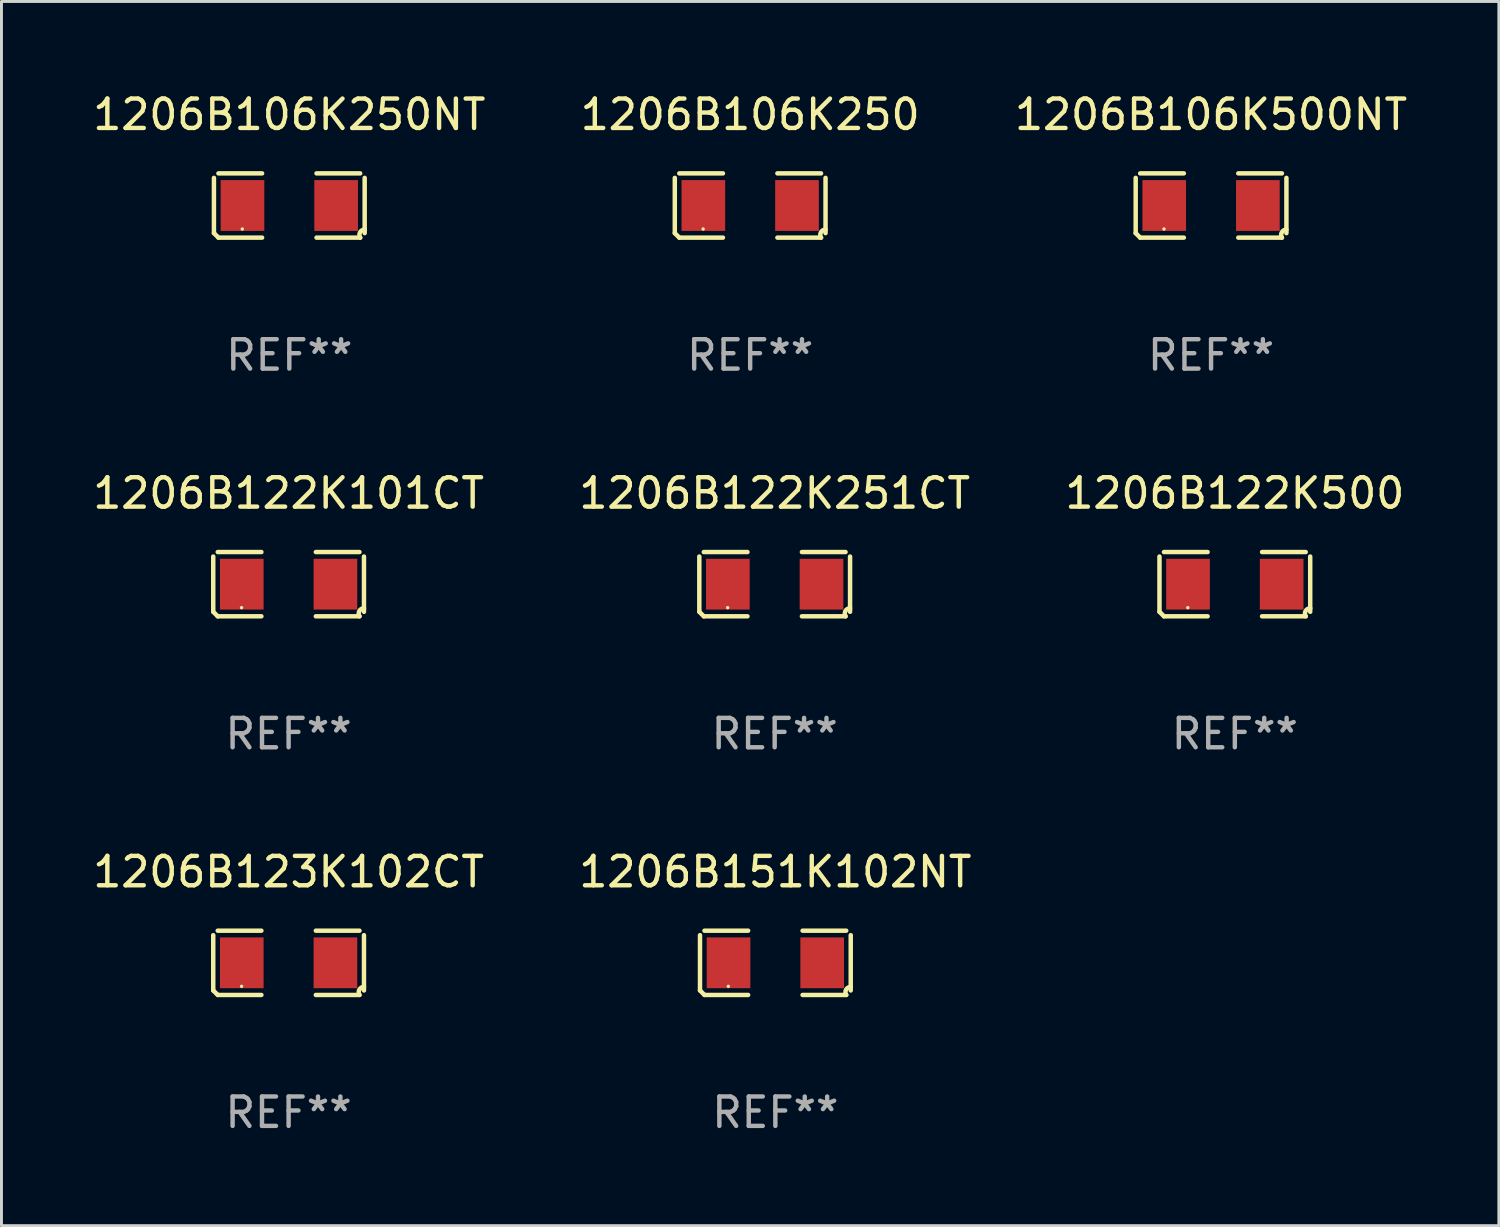
<source format=kicad_pcb>
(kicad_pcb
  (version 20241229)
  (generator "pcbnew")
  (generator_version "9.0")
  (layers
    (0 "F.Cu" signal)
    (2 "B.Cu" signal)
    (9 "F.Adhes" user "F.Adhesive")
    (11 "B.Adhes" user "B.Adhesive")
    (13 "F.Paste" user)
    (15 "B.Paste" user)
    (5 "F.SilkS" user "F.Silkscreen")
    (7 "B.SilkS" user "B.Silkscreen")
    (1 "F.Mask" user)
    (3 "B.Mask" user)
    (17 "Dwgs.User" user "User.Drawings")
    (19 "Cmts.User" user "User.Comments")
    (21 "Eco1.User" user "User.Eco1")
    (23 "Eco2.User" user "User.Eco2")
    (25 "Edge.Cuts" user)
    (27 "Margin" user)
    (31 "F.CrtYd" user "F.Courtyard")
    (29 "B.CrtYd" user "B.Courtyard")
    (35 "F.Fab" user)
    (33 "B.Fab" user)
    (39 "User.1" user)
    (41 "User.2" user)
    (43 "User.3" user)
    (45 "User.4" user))
  (footprint "1206B106K250NT"
    (layer "F.Cu")
    (at 6.792 3.941)
    (property "Reference" "1206B106K250NT" (at 0 -3.093 0) (layer "F.SilkS") (effects (font (size 1 1) (thickness 0.15))))
    (attr through_hole)
    (fp_line (start -2.564 0.94) (end -2.564 -0.94) (stroke (width 0.152) (type solid)) (layer "F.SilkS"))
    (fp_line (start -2.411 -1.093) (end -0.926 -1.093) (stroke (width 0.152) (type solid)) (layer "F.SilkS"))
    (fp_line (start -0.926 1.093) (end -2.411 1.093) (stroke (width 0.152) (type solid)) (layer "F.SilkS"))
    (fp_line (start 0.926 1.093) (end 2.411 1.093) (stroke (width 0.152) (type solid)) (layer "F.SilkS"))
    (fp_line (start 2.411 -1.093) (end 0.926 -1.093) (stroke (width 0.152) (type solid)) (layer "F.SilkS"))
    (fp_line (start 2.564 0.94) (end 2.564 -0.94) (stroke (width 0.152) (type solid)) (layer "F.SilkS"))
    (fp_arc (start -2.411201 1.092609) (mid -2.487413 1.01642) (end -2.563602 0.940208) (stroke (width 0.1524) (type solid)) (layer "F.SilkS"))
    (fp_arc (start 2.411201 1.092609) (mid 2.407159 0.911226) (end 2.563602 0.819347) (stroke (width 0.1524) (type solid)) (layer "F.SilkS"))
    (fp_circle (center -1.6 0.8) (end -1.57 0.8) (stroke (width 0.06) (type solid)) (fill no) (layer "F.SilkS"))
    (fp_text user "REF**" (at 0 5.093 0) (layer "F.Fab") (effects (font (size 1 1) (thickness 0.15))))
    (pad "1" smd rect (at -1.593 0) (size 1.485 1.728) (layers "F.Cu" "F.Mask" "F.Paste"))
    (pad "2" smd rect (at 1.593 0) (size 1.485 1.728) (layers "F.Cu" "F.Mask" "F.Paste")))
  (footprint "1206B122K251CT"
    (layer "F.Cu")
    (at 23.304 16.823)
    (property "Reference" "1206B122K251CT" (at 0 -3.093 0) (layer "F.SilkS") (effects (font (size 1 1) (thickness 0.15))))
    (attr through_hole)
    (fp_line (start -2.564 0.94) (end -2.564 -0.94) (stroke (width 0.152) (type solid)) (layer "F.SilkS"))
    (fp_line (start -2.411 -1.093) (end -0.926 -1.093) (stroke (width 0.152) (type solid)) (layer "F.SilkS"))
    (fp_line (start -0.926 1.093) (end -2.411 1.093) (stroke (width 0.152) (type solid)) (layer "F.SilkS"))
    (fp_line (start 0.926 1.093) (end 2.411 1.093) (stroke (width 0.152) (type solid)) (layer "F.SilkS"))
    (fp_line (start 2.411 -1.093) (end 0.926 -1.093) (stroke (width 0.152) (type solid)) (layer "F.SilkS"))
    (fp_line (start 2.564 0.94) (end 2.564 -0.94) (stroke (width 0.152) (type solid)) (layer "F.SilkS"))
    (fp_arc (start -2.411201 1.092609) (mid -2.487413 1.01642) (end -2.563602 0.940208) (stroke (width 0.1524) (type solid)) (layer "F.SilkS"))
    (fp_arc (start 2.411201 1.092609) (mid 2.407159 0.911226) (end 2.563602 0.819347) (stroke (width 0.1524) (type solid)) (layer "F.SilkS"))
    (fp_circle (center -1.6 0.8) (end -1.57 0.8) (stroke (width 0.06) (type solid)) (fill no) (layer "F.SilkS"))
    (fp_text user "REF**" (at 0 5.093 0) (layer "F.Fab") (effects (font (size 1 1) (thickness 0.15))))
    (pad "1" smd rect (at -1.593 0) (size 1.485 1.728) (layers "F.Cu" "F.Mask" "F.Paste"))
    (pad "2" smd rect (at 1.593 0) (size 1.485 1.728) (layers "F.Cu" "F.Mask" "F.Paste")))
  (footprint "1206B151K102NT"
    (layer "F.Cu")
    (at 23.327 29.704)
    (property "Reference" "1206B151K102NT" (at 0 -3.093 0) (layer "F.SilkS") (effects (font (size 1 1) (thickness 0.15))))
    (attr through_hole)
    (fp_line (start -2.564 0.94) (end -2.564 -0.94) (stroke (width 0.152) (type solid)) (layer "F.SilkS"))
    (fp_line (start -2.411 -1.093) (end -0.926 -1.093) (stroke (width 0.152) (type solid)) (layer "F.SilkS"))
    (fp_line (start -0.926 1.093) (end -2.411 1.093) (stroke (width 0.152) (type solid)) (layer "F.SilkS"))
    (fp_line (start 0.926 1.093) (end 2.411 1.093) (stroke (width 0.152) (type solid)) (layer "F.SilkS"))
    (fp_line (start 2.411 -1.093) (end 0.926 -1.093) (stroke (width 0.152) (type solid)) (layer "F.SilkS"))
    (fp_line (start 2.564 0.94) (end 2.564 -0.94) (stroke (width 0.152) (type solid)) (layer "F.SilkS"))
    (fp_arc (start -2.411201 1.092609) (mid -2.487413 1.01642) (end -2.563602 0.940208) (stroke (width 0.1524) (type solid)) (layer "F.SilkS"))
    (fp_arc (start 2.411201 1.092609) (mid 2.407159 0.911226) (end 2.563602 0.819347) (stroke (width 0.1524) (type solid)) (layer "F.SilkS"))
    (fp_circle (center -1.6 0.8) (end -1.57 0.8) (stroke (width 0.06) (type solid)) (fill no) (layer "F.SilkS"))
    (fp_text user "REF**" (at 0 5.093 0) (layer "F.Fab") (effects (font (size 1 1) (thickness 0.15))))
    (pad "1" smd rect (at -1.593 0) (size 1.485 1.728) (layers "F.Cu" "F.Mask" "F.Paste"))
    (pad "2" smd rect (at 1.593 0) (size 1.485 1.728) (layers "F.Cu" "F.Mask" "F.Paste")))
  (footprint "1206B122K500"
    (layer "F.Cu")
    (at 38.958 16.823)
    (property "Reference" "1206B122K500" (at 0 -3.093 0) (layer "F.SilkS") (effects (font (size 1 1) (thickness 0.15))))
    (attr through_hole)
    (fp_line (start -2.564 0.94) (end -2.564 -0.94) (stroke (width 0.152) (type solid)) (layer "F.SilkS"))
    (fp_line (start -2.411 -1.093) (end -0.926 -1.093) (stroke (width 0.152) (type solid)) (layer "F.SilkS"))
    (fp_line (start -0.926 1.093) (end -2.411 1.093) (stroke (width 0.152) (type solid)) (layer "F.SilkS"))
    (fp_line (start 0.926 1.093) (end 2.411 1.093) (stroke (width 0.152) (type solid)) (layer "F.SilkS"))
    (fp_line (start 2.411 -1.093) (end 0.926 -1.093) (stroke (width 0.152) (type solid)) (layer "F.SilkS"))
    (fp_line (start 2.564 0.94) (end 2.564 -0.94) (stroke (width 0.152) (type solid)) (layer "F.SilkS"))
    (fp_arc (start -2.411201 1.092609) (mid -2.487413 1.01642) (end -2.563602 0.940208) (stroke (width 0.1524) (type solid)) (layer "F.SilkS"))
    (fp_arc (start 2.411201 1.092609) (mid 2.407159 0.911226) (end 2.563602 0.819347) (stroke (width 0.1524) (type solid)) (layer "F.SilkS"))
    (fp_circle (center -1.6 0.8) (end -1.57 0.8) (stroke (width 0.06) (type solid)) (fill no) (layer "F.SilkS"))
    (fp_text user "REF**" (at 0 5.093 0) (layer "F.Fab") (effects (font (size 1 1) (thickness 0.15))))
    (pad "1" smd rect (at -1.593 0) (size 1.485 1.728) (layers "F.Cu" "F.Mask" "F.Paste"))
    (pad "2" smd rect (at 1.593 0) (size 1.485 1.728) (layers "F.Cu" "F.Mask" "F.Paste")))
  (footprint "1206B122K101CT"
    (layer "F.Cu")
    (at 6.768 16.823)
    (property "Reference" "1206B122K101CT" (at 0 -3.093 0) (layer "F.SilkS") (effects (font (size 1 1) (thickness 0.15))))
    (attr through_hole)
    (fp_line (start -2.564 0.94) (end -2.564 -0.94) (stroke (width 0.152) (type solid)) (layer "F.SilkS"))
    (fp_line (start -2.411 -1.093) (end -0.926 -1.093) (stroke (width 0.152) (type solid)) (layer "F.SilkS"))
    (fp_line (start -0.926 1.093) (end -2.411 1.093) (stroke (width 0.152) (type solid)) (layer "F.SilkS"))
    (fp_line (start 0.926 1.093) (end 2.411 1.093) (stroke (width 0.152) (type solid)) (layer "F.SilkS"))
    (fp_line (start 2.411 -1.093) (end 0.926 -1.093) (stroke (width 0.152) (type solid)) (layer "F.SilkS"))
    (fp_line (start 2.564 0.94) (end 2.564 -0.94) (stroke (width 0.152) (type solid)) (layer "F.SilkS"))
    (fp_arc (start -2.411201 1.092609) (mid -2.487413 1.01642) (end -2.563602 0.940208) (stroke (width 0.1524) (type solid)) (layer "F.SilkS"))
    (fp_arc (start 2.411201 1.092609) (mid 2.407159 0.911226) (end 2.563602 0.819347) (stroke (width 0.1524) (type solid)) (layer "F.SilkS"))
    (fp_circle (center -1.6 0.8) (end -1.57 0.8) (stroke (width 0.06) (type solid)) (fill no) (layer "F.SilkS"))
    (fp_text user "REF**" (at 0 5.093 0) (layer "F.Fab") (effects (font (size 1 1) (thickness 0.15))))
    (pad "1" smd rect (at -1.593 0) (size 1.485 1.728) (layers "F.Cu" "F.Mask" "F.Paste"))
    (pad "2" smd rect (at 1.593 0) (size 1.485 1.728) (layers "F.Cu" "F.Mask" "F.Paste")))
  (footprint "1206B106K250"
    (layer "F.Cu")
    (at 22.47 3.941)
    (property "Reference" "1206B106K250" (at 0 -3.093 0) (layer "F.SilkS") (effects (font (size 1 1) (thickness 0.15))))
    (attr through_hole)
    (fp_line (start -2.564 0.94) (end -2.564 -0.94) (stroke (width 0.152) (type solid)) (layer "F.SilkS"))
    (fp_line (start -2.411 -1.093) (end -0.926 -1.093) (stroke (width 0.152) (type solid)) (layer "F.SilkS"))
    (fp_line (start -0.926 1.093) (end -2.411 1.093) (stroke (width 0.152) (type solid)) (layer "F.SilkS"))
    (fp_line (start 0.926 1.093) (end 2.411 1.093) (stroke (width 0.152) (type solid)) (layer "F.SilkS"))
    (fp_line (start 2.411 -1.093) (end 0.926 -1.093) (stroke (width 0.152) (type solid)) (layer "F.SilkS"))
    (fp_line (start 2.564 0.94) (end 2.564 -0.94) (stroke (width 0.152) (type solid)) (layer "F.SilkS"))
    (fp_arc (start -2.411201 1.092609) (mid -2.487413 1.01642) (end -2.563602 0.940208) (stroke (width 0.1524) (type solid)) (layer "F.SilkS"))
    (fp_arc (start 2.411201 1.092609) (mid 2.407159 0.911226) (end 2.563602 0.819347) (stroke (width 0.1524) (type solid)) (layer "F.SilkS"))
    (fp_circle (center -1.6 0.8) (end -1.57 0.8) (stroke (width 0.06) (type solid)) (fill no) (layer "F.SilkS"))
    (fp_text user "REF**" (at 0 5.093 0) (layer "F.Fab") (effects (font (size 1 1) (thickness 0.15))))
    (pad "1" smd rect (at -1.593 0) (size 1.485 1.728) (layers "F.Cu" "F.Mask" "F.Paste"))
    (pad "2" smd rect (at 1.593 0) (size 1.485 1.728) (layers "F.Cu" "F.Mask" "F.Paste")))
  (footprint "1206B106K500NT"
    (layer "F.Cu")
    (at 38.149 3.941)
    (property "Reference" "1206B106K500NT" (at 0 -3.093 0) (layer "F.SilkS") (effects (font (size 1 1) (thickness 0.15))))
    (attr through_hole)
    (fp_line (start -2.564 0.94) (end -2.564 -0.94) (stroke (width 0.152) (type solid)) (layer "F.SilkS"))
    (fp_line (start -2.411 -1.093) (end -0.926 -1.093) (stroke (width 0.152) (type solid)) (layer "F.SilkS"))
    (fp_line (start -0.926 1.093) (end -2.411 1.093) (stroke (width 0.152) (type solid)) (layer "F.SilkS"))
    (fp_line (start 0.926 1.093) (end 2.411 1.093) (stroke (width 0.152) (type solid)) (layer "F.SilkS"))
    (fp_line (start 2.411 -1.093) (end 0.926 -1.093) (stroke (width 0.152) (type solid)) (layer "F.SilkS"))
    (fp_line (start 2.564 0.94) (end 2.564 -0.94) (stroke (width 0.152) (type solid)) (layer "F.SilkS"))
    (fp_arc (start -2.411201 1.092609) (mid -2.487413 1.01642) (end -2.563602 0.940208) (stroke (width 0.1524) (type solid)) (layer "F.SilkS"))
    (fp_arc (start 2.411201 1.092609) (mid 2.407159 0.911226) (end 2.563602 0.819347) (stroke (width 0.1524) (type solid)) (layer "F.SilkS"))
    (fp_circle (center -1.6 0.8) (end -1.57 0.8) (stroke (width 0.06) (type solid)) (fill no) (layer "F.SilkS"))
    (fp_text user "REF**" (at 0 5.093 0) (layer "F.Fab") (effects (font (size 1 1) (thickness 0.15))))
    (pad "1" smd rect (at -1.593 0) (size 1.485 1.728) (layers "F.Cu" "F.Mask" "F.Paste"))
    (pad "2" smd rect (at 1.593 0) (size 1.485 1.728) (layers "F.Cu" "F.Mask" "F.Paste")))
  (footprint "1206B123K102CT"
    (layer "F.Cu")
    (at 6.768 29.704)
    (property "Reference" "1206B123K102CT" (at 0 -3.093 0) (layer "F.SilkS") (effects (font (size 1 1) (thickness 0.15))))
    (attr through_hole)
    (fp_line (start -2.564 0.94) (end -2.564 -0.94) (stroke (width 0.152) (type solid)) (layer "F.SilkS"))
    (fp_line (start -2.411 -1.093) (end -0.926 -1.093) (stroke (width 0.152) (type solid)) (layer "F.SilkS"))
    (fp_line (start -0.926 1.093) (end -2.411 1.093) (stroke (width 0.152) (type solid)) (layer "F.SilkS"))
    (fp_line (start 0.926 1.093) (end 2.411 1.093) (stroke (width 0.152) (type solid)) (layer "F.SilkS"))
    (fp_line (start 2.411 -1.093) (end 0.926 -1.093) (stroke (width 0.152) (type solid)) (layer "F.SilkS"))
    (fp_line (start 2.564 0.94) (end 2.564 -0.94) (stroke (width 0.152) (type solid)) (layer "F.SilkS"))
    (fp_arc (start -2.411201 1.092609) (mid -2.487413 1.01642) (end -2.563602 0.940208) (stroke (width 0.1524) (type solid)) (layer "F.SilkS"))
    (fp_arc (start 2.411201 1.092609) (mid 2.407159 0.911226) (end 2.563602 0.819347) (stroke (width 0.1524) (type solid)) (layer "F.SilkS"))
    (fp_circle (center -1.6 0.8) (end -1.57 0.8) (stroke (width 0.06) (type solid)) (fill no) (layer "F.SilkS"))
    (fp_text user "REF**" (at 0 5.093 0) (layer "F.Fab") (effects (font (size 1 1) (thickness 0.15))))
    (pad "1" smd rect (at -1.593 0) (size 1.485 1.728) (layers "F.Cu" "F.Mask" "F.Paste"))
    (pad "2" smd rect (at 1.593 0) (size 1.485 1.728) (layers "F.Cu" "F.Mask" "F.Paste")))
  (gr_rect
    (start -3 -3)
    (end 47.94 38.645)
    (stroke (width 0.1) (type default))
    (fill no)
    (layer "Edge.Cuts")))
</source>
